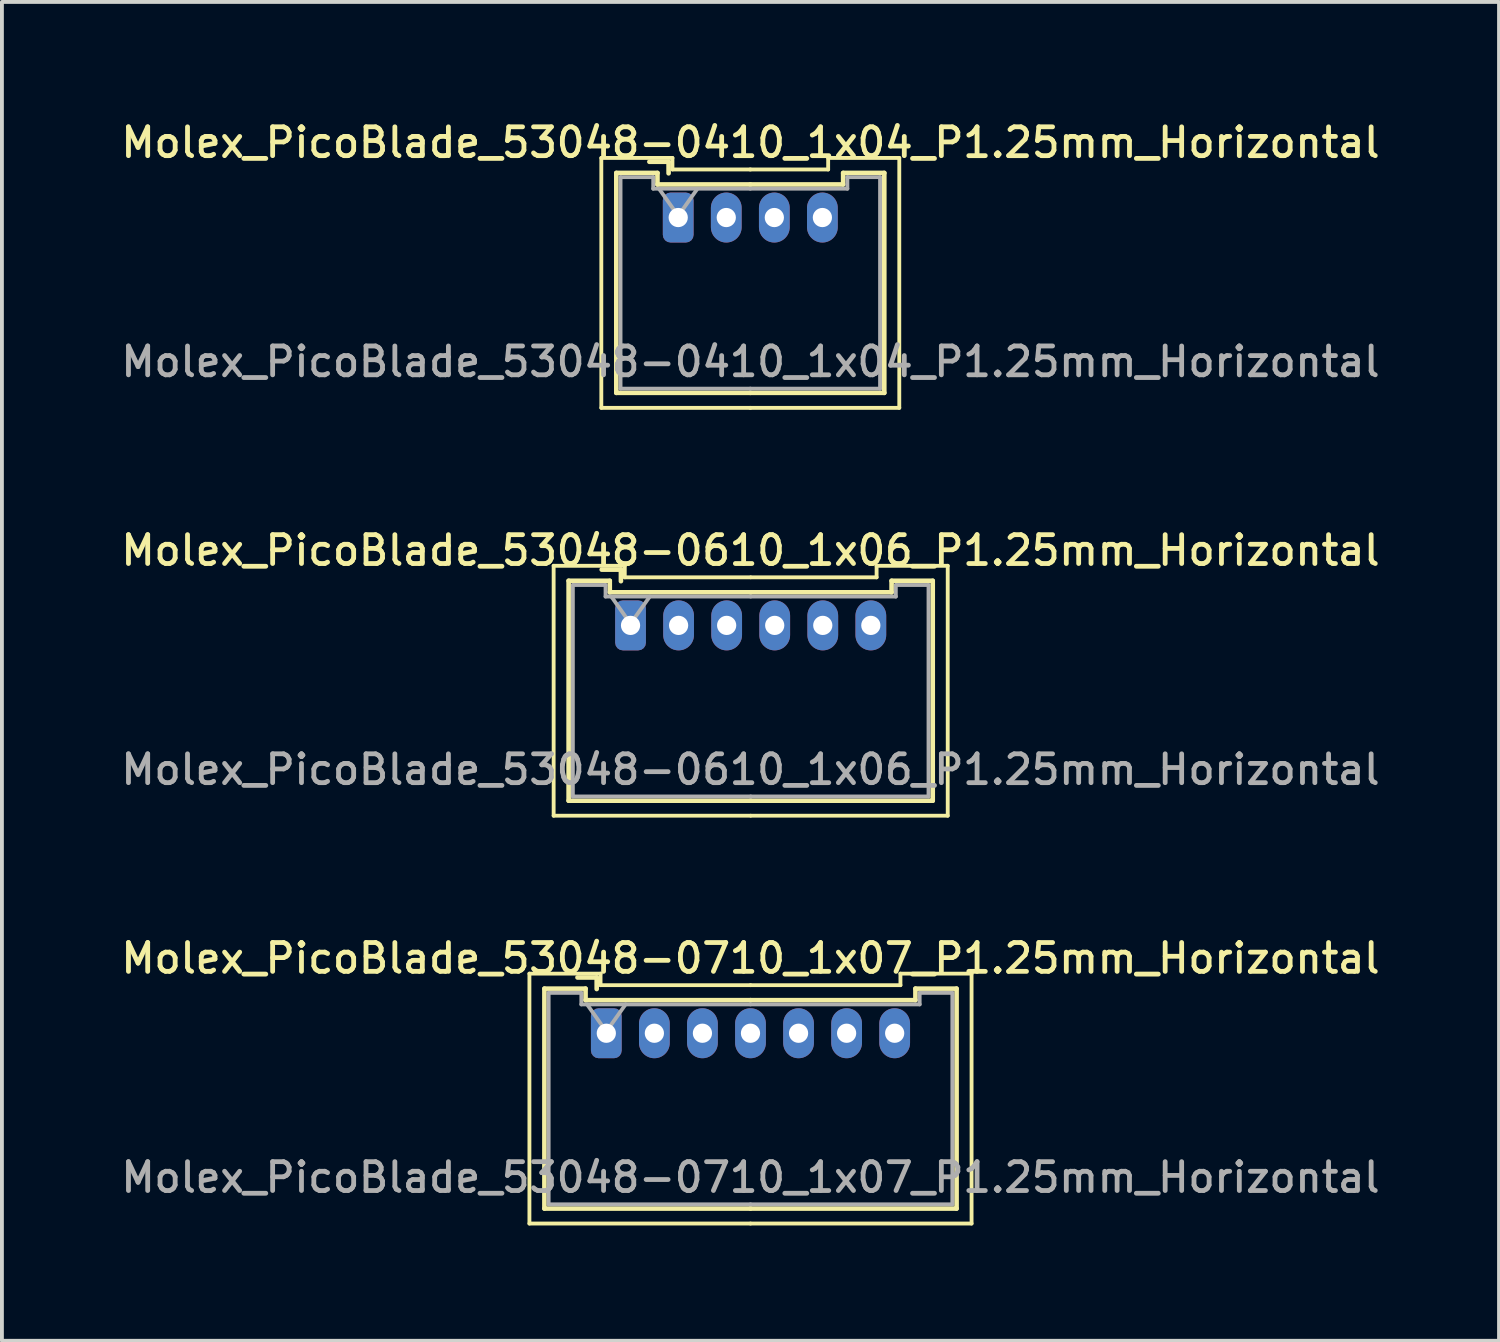
<source format=kicad_pcb>
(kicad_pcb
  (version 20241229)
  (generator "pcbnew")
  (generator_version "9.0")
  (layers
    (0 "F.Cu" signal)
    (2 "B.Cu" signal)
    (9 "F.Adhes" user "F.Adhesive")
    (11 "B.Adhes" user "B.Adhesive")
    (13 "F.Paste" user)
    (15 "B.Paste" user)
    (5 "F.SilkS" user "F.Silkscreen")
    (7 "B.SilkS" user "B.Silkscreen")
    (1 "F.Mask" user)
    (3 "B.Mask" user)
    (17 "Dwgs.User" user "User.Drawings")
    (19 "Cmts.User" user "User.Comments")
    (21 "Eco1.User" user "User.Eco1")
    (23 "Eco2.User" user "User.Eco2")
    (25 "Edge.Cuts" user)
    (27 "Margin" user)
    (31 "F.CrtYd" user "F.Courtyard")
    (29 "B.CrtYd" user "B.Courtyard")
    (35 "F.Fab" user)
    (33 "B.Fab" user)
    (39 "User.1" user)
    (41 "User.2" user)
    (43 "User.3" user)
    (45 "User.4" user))
  (footprint "Molex_PicoBlade_53048-0710_1x07_P1.25mm_Horizontal"
    (layer "F.Cu")
    (at 12.72 23.824)
    (property "Reference" "Molex_PicoBlade_53048-0710_1x07_P1.25mm_Horizontal" (at 3.75 -1.95 0) (layer "F.SilkS") (effects (font (size 0.75 0.75) (thickness 0.125))))
    (attr through_hole)
    (fp_line (start -2 -1.55) (end -2 4.95) (stroke (width 0.1) (type solid)) (layer "F.SilkS"))
    (fp_line (start -2 4.95) (end 3.75 4.95) (stroke (width 0.1) (type solid)) (layer "F.SilkS"))
    (fp_line (start -1.61 -1.16) (end -1.61 4.56) (stroke (width 0.12) (type solid)) (layer "F.SilkS"))
    (fp_line (start -1.61 4.56) (end 3.75 4.56) (stroke (width 0.12) (type solid)) (layer "F.SilkS"))
    (fp_line (start -0.54 -1.16) (end -1.61 -1.16) (stroke (width 0.12) (type solid)) (layer "F.SilkS"))
    (fp_line (start -0.54 -0.86) (end -0.54 -1.16) (stroke (width 0.12) (type solid)) (layer "F.SilkS"))
    (fp_line (start -0.25 -1.45) (end -0.75 -1.45) (stroke (width 0.12) (type solid)) (layer "F.SilkS"))
    (fp_line (start -0.25 -1.15) (end -0.25 -1.45) (stroke (width 0.12) (type solid)) (layer "F.SilkS"))
    (fp_line (start -0.15 -1.55) (end -2 -1.55) (stroke (width 0.1) (type solid)) (layer "F.SilkS"))
    (fp_line (start -0.15 -1.25) (end -0.15 -1.55) (stroke (width 0.1) (type solid)) (layer "F.SilkS"))
    (fp_line (start 3.75 -1.25) (end -0.15 -1.25) (stroke (width 0.1) (type solid)) (layer "F.SilkS"))
    (fp_line (start 3.75 -1.25) (end 7.65 -1.25) (stroke (width 0.1) (type solid)) (layer "F.SilkS"))
    (fp_line (start 3.75 -0.86) (end -0.54 -0.86) (stroke (width 0.12) (type solid)) (layer "F.SilkS"))
    (fp_line (start 3.75 -0.86) (end 8.04 -0.86) (stroke (width 0.12) (type solid)) (layer "F.SilkS"))
    (fp_line (start 7.65 -1.55) (end 9.5 -1.55) (stroke (width 0.1) (type solid)) (layer "F.SilkS"))
    (fp_line (start 7.65 -1.25) (end 7.65 -1.55) (stroke (width 0.1) (type solid)) (layer "F.SilkS"))
    (fp_line (start 8.04 -1.16) (end 9.11 -1.16) (stroke (width 0.12) (type solid)) (layer "F.SilkS"))
    (fp_line (start 8.04 -0.86) (end 8.04 -1.16) (stroke (width 0.12) (type solid)) (layer "F.SilkS"))
    (fp_line (start 9.11 -1.16) (end 9.11 4.56) (stroke (width 0.12) (type solid)) (layer "F.SilkS"))
    (fp_line (start 9.11 4.56) (end 3.75 4.56) (stroke (width 0.12) (type solid)) (layer "F.SilkS"))
    (fp_line (start 9.5 -1.55) (end 9.5 4.95) (stroke (width 0.1) (type solid)) (layer "F.SilkS"))
    (fp_line (start 9.5 4.95) (end 3.75 4.95) (stroke (width 0.1) (type solid)) (layer "F.SilkS"))
    (fp_line (start -1.5 -1.05) (end -1.5 4.45) (stroke (width 0.1) (type solid)) (layer "F.Fab"))
    (fp_line (start -1.5 4.45) (end 3.75 4.45) (stroke (width 0.1) (type solid)) (layer "F.Fab"))
    (fp_line (start -0.65 -1.05) (end -1.5 -1.05) (stroke (width 0.1) (type solid)) (layer "F.Fab"))
    (fp_line (start -0.65 -0.75) (end -0.65 -1.05) (stroke (width 0.1) (type solid)) (layer "F.Fab"))
    (fp_line (start -0.5 -0.75) (end 0 -0.043) (stroke (width 0.1) (type solid)) (layer "F.Fab"))
    (fp_line (start 0 -0.043) (end 0.5 -0.75) (stroke (width 0.1) (type solid)) (layer "F.Fab"))
    (fp_line (start 3.75 -0.75) (end -0.65 -0.75) (stroke (width 0.1) (type solid)) (layer "F.Fab"))
    (fp_line (start 3.75 -0.75) (end 8.15 -0.75) (stroke (width 0.1) (type solid)) (layer "F.Fab"))
    (fp_line (start 8.15 -1.05) (end 9 -1.05) (stroke (width 0.1) (type solid)) (layer "F.Fab"))
    (fp_line (start 8.15 -0.75) (end 8.15 -1.05) (stroke (width 0.1) (type solid)) (layer "F.Fab"))
    (fp_line (start 9 -1.05) (end 9 4.45) (stroke (width 0.1) (type solid)) (layer "F.Fab"))
    (fp_line (start 9 4.45) (end 3.75 4.45) (stroke (width 0.1) (type solid)) (layer "F.Fab"))
    (fp_text user "${REFERENCE}" (at 3.75 3.75 0) (layer "F.Fab") (effects (font (size 0.75 0.75) (thickness 0.125))))
    (pad "1" thru_hole roundrect (at 0 0) (size 0.8 1.3) (drill 0.5) (layers "*.Cu" "*.Mask") (roundrect_rratio 0.25))
    (pad "2" thru_hole oval (at 1.25 0) (size 0.8 1.3) (drill 0.5) (layers "*.Cu" "*.Mask"))
    (pad "3" thru_hole oval (at 2.5 0) (size 0.8 1.3) (drill 0.5) (layers "*.Cu" "*.Mask"))
    (pad "4" thru_hole oval (at 3.75 0) (size 0.8 1.3) (drill 0.5) (layers "*.Cu" "*.Mask"))
    (pad "5" thru_hole oval (at 5 0) (size 0.8 1.3) (drill 0.5) (layers "*.Cu" "*.Mask"))
    (pad "6" thru_hole oval (at 6.25 0) (size 0.8 1.3) (drill 0.5) (layers "*.Cu" "*.Mask"))
    (pad "7" thru_hole oval (at 7.5 0) (size 0.8 1.3) (drill 0.5) (layers "*.Cu" "*.Mask")))
  (footprint "Molex_PicoBlade_53048-0610_1x06_P1.25mm_Horizontal"
    (layer "F.Cu")
    (at 13.35 13.216)
    (property "Reference" "Molex_PicoBlade_53048-0610_1x06_P1.25mm_Horizontal" (at 3.12 -1.95 0) (layer "F.SilkS") (effects (font (size 0.75 0.75) (thickness 0.125))))
    (attr through_hole)
    (fp_line (start -2 -1.55) (end -2 4.95) (stroke (width 0.1) (type solid)) (layer "F.SilkS"))
    (fp_line (start -2 4.95) (end 3.12 4.95) (stroke (width 0.1) (type solid)) (layer "F.SilkS"))
    (fp_line (start -1.61 -1.16) (end -1.61 4.56) (stroke (width 0.12) (type solid)) (layer "F.SilkS"))
    (fp_line (start -1.61 4.56) (end 3.125 4.56) (stroke (width 0.12) (type solid)) (layer "F.SilkS"))
    (fp_line (start -0.54 -1.16) (end -1.61 -1.16) (stroke (width 0.12) (type solid)) (layer "F.SilkS"))
    (fp_line (start -0.54 -0.86) (end -0.54 -1.16) (stroke (width 0.12) (type solid)) (layer "F.SilkS"))
    (fp_line (start -0.25 -1.45) (end -0.75 -1.45) (stroke (width 0.12) (type solid)) (layer "F.SilkS"))
    (fp_line (start -0.25 -1.15) (end -0.25 -1.45) (stroke (width 0.12) (type solid)) (layer "F.SilkS"))
    (fp_line (start -0.15 -1.55) (end -2 -1.55) (stroke (width 0.1) (type solid)) (layer "F.SilkS"))
    (fp_line (start -0.15 -1.25) (end -0.15 -1.55) (stroke (width 0.1) (type solid)) (layer "F.SilkS"))
    (fp_line (start 3.12 -1.25) (end -0.15 -1.25) (stroke (width 0.1) (type solid)) (layer "F.SilkS"))
    (fp_line (start 3.125 -0.86) (end -0.54 -0.86) (stroke (width 0.12) (type solid)) (layer "F.SilkS"))
    (fp_line (start 3.125 -0.86) (end 6.79 -0.86) (stroke (width 0.12) (type solid)) (layer "F.SilkS"))
    (fp_line (start 3.13 -1.25) (end 6.4 -1.25) (stroke (width 0.1) (type solid)) (layer "F.SilkS"))
    (fp_line (start 6.4 -1.55) (end 8.25 -1.55) (stroke (width 0.1) (type solid)) (layer "F.SilkS"))
    (fp_line (start 6.4 -1.25) (end 6.4 -1.55) (stroke (width 0.1) (type solid)) (layer "F.SilkS"))
    (fp_line (start 6.79 -1.16) (end 7.86 -1.16) (stroke (width 0.12) (type solid)) (layer "F.SilkS"))
    (fp_line (start 6.79 -0.86) (end 6.79 -1.16) (stroke (width 0.12) (type solid)) (layer "F.SilkS"))
    (fp_line (start 7.86 -1.16) (end 7.86 4.56) (stroke (width 0.12) (type solid)) (layer "F.SilkS"))
    (fp_line (start 7.86 4.56) (end 3.125 4.56) (stroke (width 0.12) (type solid)) (layer "F.SilkS"))
    (fp_line (start 8.25 -1.55) (end 8.25 4.95) (stroke (width 0.1) (type solid)) (layer "F.SilkS"))
    (fp_line (start 8.25 4.95) (end 3.13 4.95) (stroke (width 0.1) (type solid)) (layer "F.SilkS"))
    (fp_line (start -1.5 -1.05) (end -1.5 4.45) (stroke (width 0.1) (type solid)) (layer "F.Fab"))
    (fp_line (start -1.5 4.45) (end 3.125 4.45) (stroke (width 0.1) (type solid)) (layer "F.Fab"))
    (fp_line (start -0.65 -1.05) (end -1.5 -1.05) (stroke (width 0.1) (type solid)) (layer "F.Fab"))
    (fp_line (start -0.65 -0.75) (end -0.65 -1.05) (stroke (width 0.1) (type solid)) (layer "F.Fab"))
    (fp_line (start -0.5 -0.75) (end 0 -0.043) (stroke (width 0.1) (type solid)) (layer "F.Fab"))
    (fp_line (start 0 -0.043) (end 0.5 -0.75) (stroke (width 0.1) (type solid)) (layer "F.Fab"))
    (fp_line (start 3.125 -0.75) (end -0.65 -0.75) (stroke (width 0.1) (type solid)) (layer "F.Fab"))
    (fp_line (start 3.125 -0.75) (end 6.9 -0.75) (stroke (width 0.1) (type solid)) (layer "F.Fab"))
    (fp_line (start 6.9 -1.05) (end 7.75 -1.05) (stroke (width 0.1) (type solid)) (layer "F.Fab"))
    (fp_line (start 6.9 -0.75) (end 6.9 -1.05) (stroke (width 0.1) (type solid)) (layer "F.Fab"))
    (fp_line (start 7.75 -1.05) (end 7.75 4.45) (stroke (width 0.1) (type solid)) (layer "F.Fab"))
    (fp_line (start 7.75 4.45) (end 3.125 4.45) (stroke (width 0.1) (type solid)) (layer "F.Fab"))
    (fp_text user "${REFERENCE}" (at 3.12 3.75 0) (layer "F.Fab") (effects (font (size 0.75 0.75) (thickness 0.125))))
    (pad "1" thru_hole roundrect (at 0 0) (size 0.8 1.3) (drill 0.5) (layers "*.Cu" "*.Mask") (roundrect_rratio 0.25))
    (pad "2" thru_hole oval (at 1.25 0) (size 0.8 1.3) (drill 0.5) (layers "*.Cu" "*.Mask"))
    (pad "3" thru_hole oval (at 2.5 0) (size 0.8 1.3) (drill 0.5) (layers "*.Cu" "*.Mask"))
    (pad "4" thru_hole oval (at 3.75 0) (size 0.8 1.3) (drill 0.5) (layers "*.Cu" "*.Mask"))
    (pad "5" thru_hole oval (at 5 0) (size 0.8 1.3) (drill 0.5) (layers "*.Cu" "*.Mask"))
    (pad "6" thru_hole oval (at 6.25 0) (size 0.8 1.3) (drill 0.5) (layers "*.Cu" "*.Mask")))
  (footprint "Molex_PicoBlade_53048-0410_1x04_P1.25mm_Horizontal"
    (layer "F.Cu")
    (at 14.59 2.608)
    (property "Reference" "Molex_PicoBlade_53048-0410_1x04_P1.25mm_Horizontal" (at 1.88 -1.95 0) (layer "F.SilkS") (effects (font (size 0.75 0.75) (thickness 0.125))))
    (attr through_hole)
    (fp_line (start -2 -1.55) (end -2 4.95) (stroke (width 0.1) (type solid)) (layer "F.SilkS"))
    (fp_line (start -2 4.95) (end 1.88 4.95) (stroke (width 0.1) (type solid)) (layer "F.SilkS"))
    (fp_line (start -1.61 -1.16) (end -1.61 4.56) (stroke (width 0.12) (type solid)) (layer "F.SilkS"))
    (fp_line (start -1.61 4.56) (end 1.875 4.56) (stroke (width 0.12) (type solid)) (layer "F.SilkS"))
    (fp_line (start -0.54 -1.16) (end -1.61 -1.16) (stroke (width 0.12) (type solid)) (layer "F.SilkS"))
    (fp_line (start -0.54 -0.86) (end -0.54 -1.16) (stroke (width 0.12) (type solid)) (layer "F.SilkS"))
    (fp_line (start -0.25 -1.45) (end -0.75 -1.45) (stroke (width 0.12) (type solid)) (layer "F.SilkS"))
    (fp_line (start -0.25 -1.15) (end -0.25 -1.45) (stroke (width 0.12) (type solid)) (layer "F.SilkS"))
    (fp_line (start -0.15 -1.55) (end -2 -1.55) (stroke (width 0.1) (type solid)) (layer "F.SilkS"))
    (fp_line (start -0.15 -1.25) (end -0.15 -1.55) (stroke (width 0.1) (type solid)) (layer "F.SilkS"))
    (fp_line (start 1.87 -1.25) (end 3.9 -1.25) (stroke (width 0.1) (type solid)) (layer "F.SilkS"))
    (fp_line (start 1.875 -0.86) (end -0.54 -0.86) (stroke (width 0.12) (type solid)) (layer "F.SilkS"))
    (fp_line (start 1.875 -0.86) (end 4.29 -0.86) (stroke (width 0.12) (type solid)) (layer "F.SilkS"))
    (fp_line (start 1.88 -1.25) (end -0.15 -1.25) (stroke (width 0.1) (type solid)) (layer "F.SilkS"))
    (fp_line (start 3.9 -1.55) (end 5.75 -1.55) (stroke (width 0.1) (type solid)) (layer "F.SilkS"))
    (fp_line (start 3.9 -1.25) (end 3.9 -1.55) (stroke (width 0.1) (type solid)) (layer "F.SilkS"))
    (fp_line (start 4.29 -1.16) (end 5.36 -1.16) (stroke (width 0.12) (type solid)) (layer "F.SilkS"))
    (fp_line (start 4.29 -0.86) (end 4.29 -1.16) (stroke (width 0.12) (type solid)) (layer "F.SilkS"))
    (fp_line (start 5.36 -1.16) (end 5.36 4.56) (stroke (width 0.12) (type solid)) (layer "F.SilkS"))
    (fp_line (start 5.36 4.56) (end 1.875 4.56) (stroke (width 0.12) (type solid)) (layer "F.SilkS"))
    (fp_line (start 5.75 -1.55) (end 5.75 4.95) (stroke (width 0.1) (type solid)) (layer "F.SilkS"))
    (fp_line (start 5.75 4.95) (end 1.87 4.95) (stroke (width 0.1) (type solid)) (layer "F.SilkS"))
    (fp_line (start -1.5 -1.05) (end -1.5 4.45) (stroke (width 0.1) (type solid)) (layer "F.Fab"))
    (fp_line (start -1.5 4.45) (end 1.875 4.45) (stroke (width 0.1) (type solid)) (layer "F.Fab"))
    (fp_line (start -0.65 -1.05) (end -1.5 -1.05) (stroke (width 0.1) (type solid)) (layer "F.Fab"))
    (fp_line (start -0.65 -0.75) (end -0.65 -1.05) (stroke (width 0.1) (type solid)) (layer "F.Fab"))
    (fp_line (start -0.5 -0.75) (end 0 -0.043) (stroke (width 0.1) (type solid)) (layer "F.Fab"))
    (fp_line (start 0 -0.043) (end 0.5 -0.75) (stroke (width 0.1) (type solid)) (layer "F.Fab"))
    (fp_line (start 1.875 -0.75) (end -0.65 -0.75) (stroke (width 0.1) (type solid)) (layer "F.Fab"))
    (fp_line (start 1.875 -0.75) (end 4.4 -0.75) (stroke (width 0.1) (type solid)) (layer "F.Fab"))
    (fp_line (start 4.4 -1.05) (end 5.25 -1.05) (stroke (width 0.1) (type solid)) (layer "F.Fab"))
    (fp_line (start 4.4 -0.75) (end 4.4 -1.05) (stroke (width 0.1) (type solid)) (layer "F.Fab"))
    (fp_line (start 5.25 -1.05) (end 5.25 4.45) (stroke (width 0.1) (type solid)) (layer "F.Fab"))
    (fp_line (start 5.25 4.45) (end 1.875 4.45) (stroke (width 0.1) (type solid)) (layer "F.Fab"))
    (fp_text user "${REFERENCE}" (at 1.88 3.75 0) (layer "F.Fab") (effects (font (size 0.75 0.75) (thickness 0.125))))
    (pad "1" thru_hole roundrect (at 0 0) (size 0.8 1.3) (drill 0.5) (layers "*.Cu" "*.Mask") (roundrect_rratio 0.25))
    (pad "2" thru_hole oval (at 1.25 0) (size 0.8 1.3) (drill 0.5) (layers "*.Cu" "*.Mask"))
    (pad "3" thru_hole oval (at 2.5 0) (size 0.8 1.3) (drill 0.5) (layers "*.Cu" "*.Mask"))
    (pad "4" thru_hole oval (at 3.75 0) (size 0.8 1.3) (drill 0.5) (layers "*.Cu" "*.Mask")))
  (gr_rect
    (start -3 -3)
    (end 35.939 31.824)
    (stroke (width 0.1) (type default))
    (fill no)
    (layer "Edge.Cuts")))
</source>
